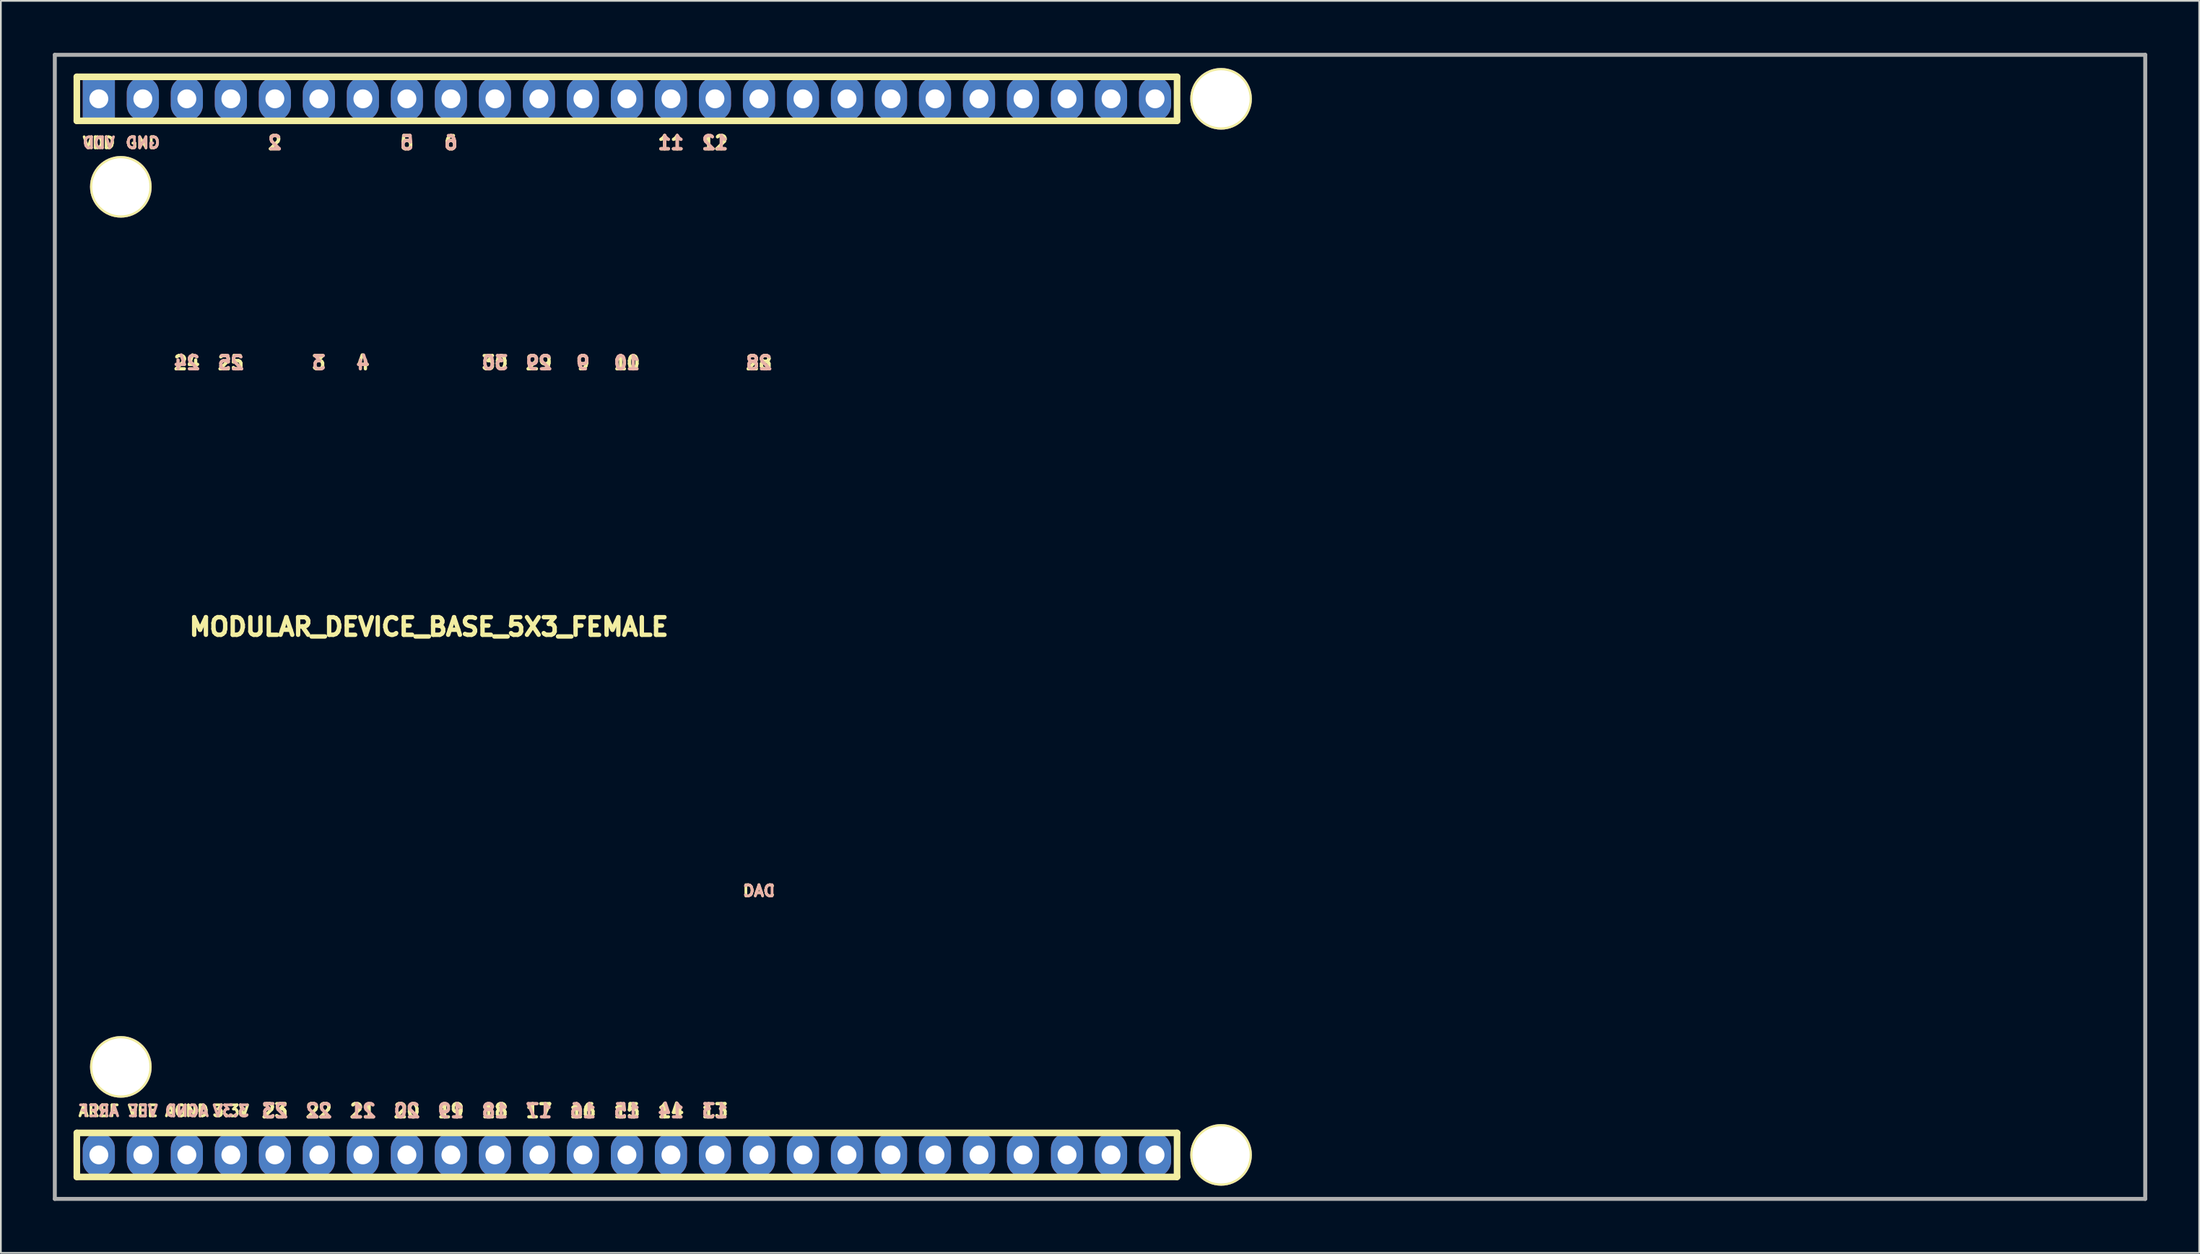
<source format=kicad_pcb>
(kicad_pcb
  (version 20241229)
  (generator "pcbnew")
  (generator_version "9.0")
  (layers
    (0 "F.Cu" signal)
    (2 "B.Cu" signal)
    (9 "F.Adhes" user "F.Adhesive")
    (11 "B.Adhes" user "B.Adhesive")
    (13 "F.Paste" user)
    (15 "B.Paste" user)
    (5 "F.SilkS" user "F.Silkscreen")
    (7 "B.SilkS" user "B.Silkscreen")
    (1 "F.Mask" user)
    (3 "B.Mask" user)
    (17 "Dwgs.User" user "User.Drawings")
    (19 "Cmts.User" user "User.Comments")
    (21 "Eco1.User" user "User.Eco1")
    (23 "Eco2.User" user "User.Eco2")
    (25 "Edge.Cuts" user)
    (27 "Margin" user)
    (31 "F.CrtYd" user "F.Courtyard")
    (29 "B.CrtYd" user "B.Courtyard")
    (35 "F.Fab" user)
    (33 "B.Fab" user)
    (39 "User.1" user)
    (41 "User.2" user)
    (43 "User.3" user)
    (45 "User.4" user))
  (footprint "MODULAR_DEVICE_BASE_5X3_FEMALE"
    (layer "F.Cu")
    (at 21.704 33.134)
    (property "Reference" "MODULAR_DEVICE_BASE_5X3_FEMALE" (at 0 0 0) (layer "F.SilkS") (effects (font (size 1.016 1.016) (thickness 0.254))))
    (attr through_hole)
    (fp_line (start -20.32 -31.75) (end -20.32 -29.21) (stroke (width 0.381) (type solid)) (layer "F.SilkS"))
    (fp_line (start -20.32 -31.75) (end 43.18 -31.75) (stroke (width 0.381) (type solid)) (layer "F.SilkS"))
    (fp_line (start -20.32 -29.21) (end 43.18 -29.21) (stroke (width 0.381) (type solid)) (layer "F.SilkS"))
    (fp_line (start -20.32 29.21) (end -20.32 31.75) (stroke (width 0.381) (type solid)) (layer "F.SilkS"))
    (fp_line (start -20.32 29.21) (end 43.18 29.21) (stroke (width 0.381) (type solid)) (layer "F.SilkS"))
    (fp_line (start -20.32 31.75) (end 43.18 31.75) (stroke (width 0.381) (type solid)) (layer "F.SilkS"))
    (fp_line (start 43.18 -29.21) (end 43.18 -31.75) (stroke (width 0.381) (type solid)) (layer "F.SilkS"))
    (fp_line (start 43.18 31.75) (end 43.18 29.21) (stroke (width 0.381) (type solid)) (layer "F.SilkS"))
    (fp_line (start -21.59 -33.02) (end -21.59 33.02) (stroke (width 0.229) (type solid)) (layer "F.Fab"))
    (fp_line (start -21.59 33.02) (end 99.06 33.02) (stroke (width 0.229) (type solid)) (layer "F.Fab"))
    (fp_line (start 99.06 -33.02) (end -21.59 -33.02) (stroke (width 0.229) (type solid)) (layer "F.Fab"))
    (fp_line (start 99.06 33.02) (end 99.06 -33.02) (stroke (width 0.229) (type solid)) (layer "F.Fab"))
    (fp_text user "25" (at -11.43 -15.24 0) (layer "F.SilkS") (effects (font (size 0.762 0.762) (thickness 0.191))))
    (fp_text user "3.3V" (at -11.43 27.94 0) (layer "F.SilkS") (effects (font (size 0.635 0.635) (thickness 0.159))))
    (fp_text user "15" (at 11.43 27.94 0) (layer "F.SilkS") (effects (font (size 0.762 0.762) (thickness 0.191))))
    (fp_text user "AREF" (at -19.05 27.94 0) (layer "F.SilkS") (effects (font (size 0.635 0.635) (thickness 0.159))))
    (fp_text user "12" (at 16.51 -27.94 0) (layer "F.SilkS") (effects (font (size 0.762 0.762) (thickness 0.191))))
    (fp_text user "18" (at 3.81 27.94 0) (layer "F.SilkS") (effects (font (size 0.762 0.762) (thickness 0.191))))
    (fp_text user "28" (at 19.05 -15.24 0) (layer "F.SilkS") (effects (font (size 0.762 0.762) (thickness 0.191))))
    (fp_text user "AGND" (at -13.97 27.94 0) (layer "F.SilkS") (effects (font (size 0.635 0.635) (thickness 0.159))))
    (fp_text user "29" (at 6.35 -15.24 0) (layer "F.SilkS") (effects (font (size 0.762 0.762) (thickness 0.191))))
    (fp_text user "10" (at 11.43 -15.24 0) (layer "F.SilkS") (effects (font (size 0.762 0.762) (thickness 0.191))))
    (fp_text user "20" (at -1.27 27.94 0) (layer "F.SilkS") (effects (font (size 0.762 0.762) (thickness 0.191))))
    (fp_text user "9" (at 8.89 -15.24 0) (layer "F.SilkS") (effects (font (size 0.762 0.762) (thickness 0.191))))
    (fp_text user "3" (at -6.35 -15.24 0) (layer "F.SilkS") (effects (font (size 0.762 0.762) (thickness 0.191))))
    (fp_text user "VEE" (at -16.51 27.94 0) (layer "F.SilkS") (effects (font (size 0.635 0.635) (thickness 0.159))))
    (fp_text user "17" (at 6.35 27.94 0) (layer "F.SilkS") (effects (font (size 0.762 0.762) (thickness 0.191))))
    (fp_text user "GND" (at -16.51 -27.94 0) (layer "F.SilkS") (effects (font (size 0.635 0.635) (thickness 0.159))))
    (fp_text user "4" (at -3.81 -15.24 0) (layer "F.SilkS") (effects (font (size 0.762 0.762) (thickness 0.191))))
    (fp_text user "30" (at 3.81 -15.24 0) (layer "F.SilkS") (effects (font (size 0.762 0.762) (thickness 0.191))))
    (fp_text user "14" (at 13.97 27.94 0) (layer "F.SilkS") (effects (font (size 0.762 0.762) (thickness 0.191))))
    (fp_text user "22" (at -6.35 27.94 0) (layer "F.SilkS") (effects (font (size 0.762 0.762) (thickness 0.191))))
    (fp_text user "23" (at -8.89 27.94 0) (layer "F.SilkS") (effects (font (size 0.762 0.762) (thickness 0.191))))
    (fp_text user "DAC" (at 19.05 15.24 0) (layer "F.SilkS") (effects (font (size 0.635 0.635) (thickness 0.159))))
    (fp_text user "21" (at -3.81 27.94 0) (layer "F.SilkS") (effects (font (size 0.762 0.762) (thickness 0.191))))
    (fp_text user "19" (at 1.27 27.94 0) (layer "F.SilkS") (effects (font (size 0.762 0.762) (thickness 0.191))))
    (fp_text user "16" (at 8.89 27.94 0) (layer "F.SilkS") (effects (font (size 0.762 0.762) (thickness 0.191))))
    (fp_text user "VDD" (at -19.05 -27.94 0) (layer "F.SilkS") (effects (font (size 0.635 0.635) (thickness 0.159))))
    (fp_text user "11" (at 13.97 -27.94 0) (layer "F.SilkS") (effects (font (size 0.762 0.762) (thickness 0.191))))
    (fp_text user "24" (at -13.97 -15.24 0) (layer "F.SilkS") (effects (font (size 0.762 0.762) (thickness 0.191))))
    (fp_text user "5" (at -1.27 -27.94 0) (layer "F.SilkS") (effects (font (size 0.762 0.762) (thickness 0.191))))
    (fp_text user "2" (at -8.89 -27.94 0) (layer "F.SilkS") (effects (font (size 0.762 0.762) (thickness 0.191))))
    (fp_text user "13" (at 16.51 27.94 0) (layer "F.SilkS") (effects (font (size 0.762 0.762) (thickness 0.191))))
    (fp_text user "6" (at 1.27 -27.94 0) (layer "F.SilkS") (effects (font (size 0.762 0.762) (thickness 0.191))))
    (fp_text user "22" (at -6.35 27.94 0) (layer "B.SilkS") (effects (font (size 0.762 0.762) (thickness 0.191)) (justify mirror)))
    (fp_text user "10" (at 11.43 -15.24 0) (layer "B.SilkS") (effects (font (size 0.762 0.762) (thickness 0.191)) (justify mirror)))
    (fp_text user "19" (at 1.27 27.94 0) (layer "B.SilkS") (effects (font (size 0.762 0.762) (thickness 0.191)) (justify mirror)))
    (fp_text user "VEE" (at -16.51 27.94 0) (layer "B.SilkS") (effects (font (size 0.635 0.635) (thickness 0.159)) (justify mirror)))
    (fp_text user "GND" (at -16.51 -27.94 0) (layer "B.SilkS") (effects (font (size 0.635 0.635) (thickness 0.159)) (justify mirror)))
    (fp_text user "17" (at 6.35 27.94 0) (layer "B.SilkS") (effects (font (size 0.762 0.762) (thickness 0.191)) (justify mirror)))
    (fp_text user "2" (at -8.89 -27.94 0) (layer "B.SilkS") (effects (font (size 0.762 0.762) (thickness 0.191)) (justify mirror)))
    (fp_text user "23" (at -8.89 27.94 0) (layer "B.SilkS") (effects (font (size 0.762 0.762) (thickness 0.191)) (justify mirror)))
    (fp_text user "13" (at 16.51 27.94 0) (layer "B.SilkS") (effects (font (size 0.762 0.762) (thickness 0.191)) (justify mirror)))
    (fp_text user "12" (at 16.51 -27.94 0) (layer "B.SilkS") (effects (font (size 0.762 0.762) (thickness 0.191)) (justify mirror)))
    (fp_text user "20" (at -1.27 27.94 0) (layer "B.SilkS") (effects (font (size 0.762 0.762) (thickness 0.191)) (justify mirror)))
    (fp_text user "18" (at 3.81 27.94 0) (layer "B.SilkS") (effects (font (size 0.762 0.762) (thickness 0.191)) (justify mirror)))
    (fp_text user "6" (at 1.27 -27.94 0) (layer "B.SilkS") (effects (font (size 0.762 0.762) (thickness 0.191)) (justify mirror)))
    (fp_text user "16" (at 8.89 27.94 0) (layer "B.SilkS") (effects (font (size 0.762 0.762) (thickness 0.191)) (justify mirror)))
    (fp_text user "3.3V" (at -11.43 27.94 0) (layer "B.SilkS") (effects (font (size 0.635 0.635) (thickness 0.159)) (justify mirror)))
    (fp_text user "29" (at 6.35 -15.24 0) (layer "B.SilkS") (effects (font (size 0.762 0.762) (thickness 0.191)) (justify mirror)))
    (fp_text user "15" (at 11.43 27.94 0) (layer "B.SilkS") (effects (font (size 0.762 0.762) (thickness 0.191)) (justify mirror)))
    (fp_text user "5" (at -1.27 -27.94 0) (layer "B.SilkS") (effects (font (size 0.762 0.762) (thickness 0.191)) (justify mirror)))
    (fp_text user "DAC" (at 19.05 15.24 0) (layer "B.SilkS") (effects (font (size 0.635 0.635) (thickness 0.159)) (justify mirror)))
    (fp_text user "VDD" (at -19.05 -27.94 0) (layer "B.SilkS") (effects (font (size 0.635 0.635) (thickness 0.159)) (justify mirror)))
    (fp_text user "30" (at 3.81 -15.24 0) (layer "B.SilkS") (effects (font (size 0.762 0.762) (thickness 0.191)) (justify mirror)))
    (fp_text user "AGND" (at -13.97 27.94 0) (layer "B.SilkS") (effects (font (size 0.635 0.635) (thickness 0.159)) (justify mirror)))
    (fp_text user "3" (at -6.35 -15.24 0) (layer "B.SilkS") (effects (font (size 0.762 0.762) (thickness 0.191)) (justify mirror)))
    (fp_text user "AREF" (at -19.05 27.94 0) (layer "B.SilkS") (effects (font (size 0.635 0.635) (thickness 0.159)) (justify mirror)))
    (fp_text user "21" (at -3.81 27.94 0) (layer "B.SilkS") (effects (font (size 0.762 0.762) (thickness 0.191)) (justify mirror)))
    (fp_text user "28" (at 19.05 -15.24 0) (layer "B.SilkS") (effects (font (size 0.762 0.762) (thickness 0.191)) (justify mirror)))
    (fp_text user "24" (at -13.97 -15.24 0) (layer "B.SilkS") (effects (font (size 0.762 0.762) (thickness 0.191)) (justify mirror)))
    (fp_text user "4" (at -3.81 -15.24 0) (layer "B.SilkS") (effects (font (size 0.762 0.762) (thickness 0.191)) (justify mirror)))
    (fp_text user "14" (at 13.97 27.94 0) (layer "B.SilkS") (effects (font (size 0.762 0.762) (thickness 0.191)) (justify mirror)))
    (fp_text user "25" (at -11.43 -15.24 0) (layer "B.SilkS") (effects (font (size 0.762 0.762) (thickness 0.191)) (justify mirror)))
    (fp_text user "11" (at 13.97 -27.94 0) (layer "B.SilkS") (effects (font (size 0.762 0.762) (thickness 0.191)) (justify mirror)))
    (fp_text user "9" (at 8.89 -15.24 0) (layer "B.SilkS") (effects (font (size 0.762 0.762) (thickness 0.191)) (justify mirror)))
    (pad "" thru_hole circle (at -17.78 -25.4) (size 3.556 3.556) (drill 3.302) (layers "*.Cu" "*.Mask" "F.SilkS"))
    (pad "" thru_hole circle (at -17.78 25.4) (size 3.556 3.556) (drill 3.302) (layers "*.Cu" "*.Mask" "F.SilkS"))
    (pad "" thru_hole oval (at -13.97 -30.48) (size 1.854 2.54) (drill 1.092) (layers "*.Cu" "*.Mask"))
    (pad "" thru_hole oval (at -11.43 -30.48) (size 1.854 2.54) (drill 1.092) (layers "*.Cu" "*.Mask"))
    (pad "" thru_hole oval (at -6.35 -30.48) (size 1.854 2.54) (drill 1.092) (layers "*.Cu" "*.Mask"))
    (pad "" thru_hole oval (at -3.81 -30.48) (size 1.854 2.54) (drill 1.092) (layers "*.Cu" "*.Mask"))
    (pad "" thru_hole oval (at 3.81 -30.48) (size 1.854 2.54) (drill 1.092) (layers "*.Cu" "*.Mask"))
    (pad "" thru_hole oval (at 6.35 -30.48) (size 1.854 2.54) (drill 1.092) (layers "*.Cu" "*.Mask"))
    (pad "" thru_hole oval (at 8.89 -30.48) (size 1.854 2.54) (drill 1.092) (layers "*.Cu" "*.Mask"))
    (pad "" thru_hole oval (at 11.43 -30.48) (size 1.854 2.54) (drill 1.092) (layers "*.Cu" "*.Mask"))
    (pad "" thru_hole oval (at 19.05 -30.48) (size 1.854 2.54) (drill 1.092) (layers "*.Cu" "*.Mask"))
    (pad "" thru_hole oval (at 19.05 30.48) (size 1.854 2.54) (drill 1.092) (layers "*.Cu" "*.Mask"))
    (pad "" thru_hole oval (at 21.59 -30.48) (size 1.854 2.54) (drill 1.092) (layers "*.Cu" "*.Mask"))
    (pad "" thru_hole oval (at 24.13 -30.48) (size 1.854 2.54) (drill 1.092) (layers "*.Cu" "*.Mask"))
    (pad "" thru_hole oval (at 26.67 -30.48) (size 1.854 2.54) (drill 1.092) (layers "*.Cu" "*.Mask"))
    (pad "" thru_hole oval (at 26.67 30.48) (size 1.854 2.54) (drill 1.092) (layers "*.Cu" "*.Mask"))
    (pad "" thru_hole oval (at 29.21 -30.48) (size 1.854 2.54) (drill 1.092) (layers "*.Cu" "*.Mask"))
    (pad "" thru_hole oval (at 31.75 -30.48) (size 1.854 2.54) (drill 1.092) (layers "*.Cu" "*.Mask"))
    (pad "" thru_hole oval (at 39.37 -30.48) (size 1.854 2.54) (drill 1.092) (layers "*.Cu" "*.Mask"))
    (pad "" thru_hole oval (at 41.91 -30.48) (size 1.854 2.54) (drill 1.092) (layers "*.Cu" "*.Mask"))
    (pad "" thru_hole circle (at 45.72 -30.48) (size 3.556 3.556) (drill 3.302) (layers "*.Cu" "*.Mask" "F.SilkS"))
    (pad "" thru_hole circle (at 45.72 30.48) (size 3.556 3.556) (drill 3.302) (layers "*.Cu" "*.Mask" "F.SilkS"))
    (pad "2" thru_hole oval (at -8.89 -30.48) (size 1.854 2.54) (drill 1.092) (layers "*.Cu" "*.Mask"))
    (pad "3V3" thru_hole oval (at -11.43 30.48) (size 1.854 2.54) (drill 1.092) (layers "*.Cu" "*.Mask"))
    (pad "5" thru_hole oval (at -1.27 -30.48) (size 1.854 2.54) (drill 1.092) (layers "*.Cu" "*.Mask"))
    (pad "6" thru_hole oval (at 1.27 -30.48) (size 1.854 2.54) (drill 1.092) (layers "*.Cu" "*.Mask"))
    (pad "11" thru_hole oval (at 13.97 -30.48) (size 1.854 2.54) (drill 1.092) (layers "*.Cu" "*.Mask"))
    (pad "12" thru_hole oval (at 16.51 -30.48) (size 1.854 2.54) (drill 1.092) (layers "*.Cu" "*.Mask"))
    (pad "13" thru_hole oval (at 16.51 30.48) (size 1.854 2.54) (drill 1.092) (layers "*.Cu" "*.Mask"))
    (pad "14" thru_hole oval (at 13.97 30.48) (size 1.854 2.54) (drill 1.092) (layers "*.Cu" "*.Mask"))
    (pad "15" thru_hole oval (at 11.43 30.48) (size 1.854 2.54) (drill 1.092) (layers "*.Cu" "*.Mask"))
    (pad "16" thru_hole oval (at 8.89 30.48) (size 1.854 2.54) (drill 1.092) (layers "*.Cu" "*.Mask"))
    (pad "17" thru_hole oval (at 6.35 30.48) (size 1.854 2.54) (drill 1.092) (layers "*.Cu" "*.Mask"))
    (pad "18" thru_hole oval (at 3.81 30.48) (size 1.854 2.54) (drill 1.092) (layers "*.Cu" "*.Mask"))
    (pad "19" thru_hole oval (at 1.27 30.48) (size 1.854 2.54) (drill 1.092) (layers "*.Cu" "*.Mask"))
    (pad "20" thru_hole oval (at -1.27 30.48) (size 1.854 2.54) (drill 1.092) (layers "*.Cu" "*.Mask"))
    (pad "21" thru_hole oval (at -3.81 30.48) (size 1.854 2.54) (drill 1.092) (layers "*.Cu" "*.Mask"))
    (pad "22" thru_hole oval (at -6.35 30.48) (size 1.854 2.54) (drill 1.092) (layers "*.Cu" "*.Mask"))
    (pad "23" thru_hole oval (at -8.89 30.48) (size 1.854 2.54) (drill 1.092) (layers "*.Cu" "*.Mask"))
    (pad "29" thru_hole oval (at 34.29 -30.48) (size 1.854 2.54) (drill 1.092) (layers "*.Cu" "*.Mask"))
    (pad "30" thru_hole oval (at 36.83 -30.48) (size 1.854 2.54) (drill 1.092) (layers "*.Cu" "*.Mask"))
    (pad "33" thru_hole oval (at 41.91 30.48) (size 1.854 2.54) (drill 1.092) (layers "*.Cu" "*.Mask"))
    (pad "34" thru_hole oval (at 39.37 30.48) (size 1.854 2.54) (drill 1.092) (layers "*.Cu" "*.Mask"))
    (pad "35" thru_hole oval (at 36.83 30.48) (size 1.854 2.54) (drill 1.092) (layers "*.Cu" "*.Mask"))
    (pad "36" thru_hole oval (at 34.29 30.48) (size 1.854 2.54) (drill 1.092) (layers "*.Cu" "*.Mask"))
    (pad "37" thru_hole oval (at 31.75 30.48) (size 1.854 2.54) (drill 1.092) (layers "*.Cu" "*.Mask"))
    (pad "38" thru_hole oval (at 29.21 30.48) (size 1.854 2.54) (drill 1.092) (layers "*.Cu" "*.Mask"))
    (pad "AGND" thru_hole oval (at -13.97 30.48) (size 1.854 2.54) (drill 1.092) (layers "*.Cu" "*.Mask"))
    (pad "AREF" thru_hole oval (at -19.05 30.48) (size 1.854 2.54) (drill 1.092) (layers "*.Cu" "*.Mask"))
    (pad "DAC0" thru_hole oval (at 24.13 30.48) (size 1.854 2.54) (drill 1.092) (layers "*.Cu" "*.Mask"))
    (pad "DAC1" thru_hole oval (at 21.59 30.48) (size 1.854 2.54) (drill 1.092) (layers "*.Cu" "*.Mask"))
    (pad "GND" thru_hole oval (at -16.51 -30.48) (size 1.854 2.54) (drill 1.092) (layers "*.Cu" "*.Mask"))
    (pad "VDD" thru_hole rect (at -19.05 -30.48) (size 1.854 2.54) (drill 1.092) (layers "*.Cu" "*.Mask"))
    (pad "VEE" thru_hole oval (at -16.51 30.48) (size 1.854 2.54) (drill 1.092) (layers "*.Cu" "*.Mask")))
  (gr_rect
    (start -3 -3)
    (end 123.879 69.269)
    (stroke (width 0.1) (type default))
    (fill no)
    (layer "Edge.Cuts")))
</source>
